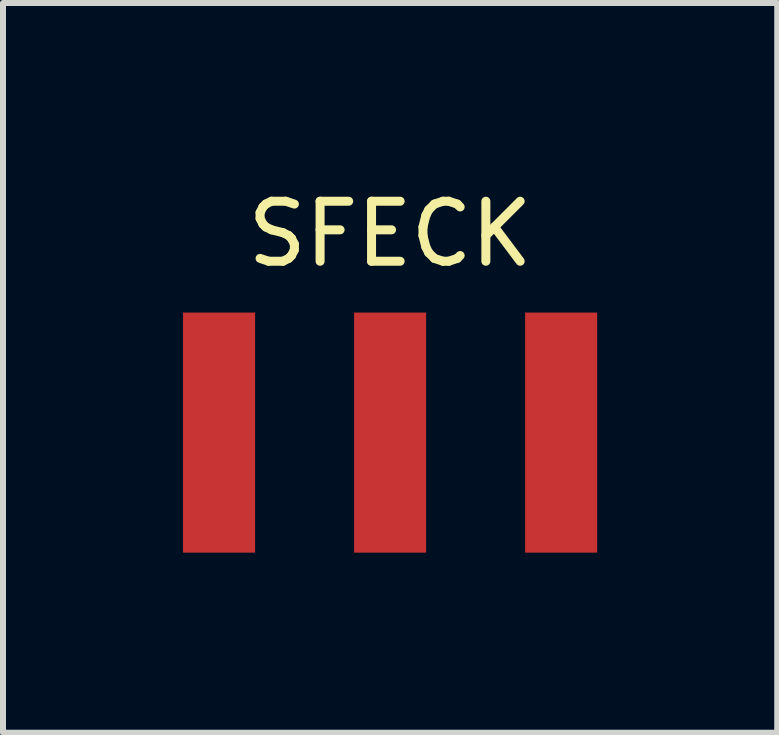
<source format=kicad_pcb>
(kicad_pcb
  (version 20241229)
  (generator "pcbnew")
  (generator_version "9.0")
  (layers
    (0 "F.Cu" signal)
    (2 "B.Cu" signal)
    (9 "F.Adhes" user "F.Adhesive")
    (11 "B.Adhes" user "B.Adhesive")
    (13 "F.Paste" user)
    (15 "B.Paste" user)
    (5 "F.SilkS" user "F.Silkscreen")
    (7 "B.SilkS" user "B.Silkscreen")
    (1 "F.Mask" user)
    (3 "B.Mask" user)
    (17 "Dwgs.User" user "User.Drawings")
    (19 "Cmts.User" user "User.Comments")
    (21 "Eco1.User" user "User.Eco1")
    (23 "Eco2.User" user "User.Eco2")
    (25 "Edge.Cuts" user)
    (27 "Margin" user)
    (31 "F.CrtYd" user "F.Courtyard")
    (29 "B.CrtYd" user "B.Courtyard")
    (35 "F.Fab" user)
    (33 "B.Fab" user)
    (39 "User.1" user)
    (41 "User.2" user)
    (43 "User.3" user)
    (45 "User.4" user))
  (footprint "SFECK"
    (layer "F.Cu")
    (at 3.45 4.158)
    (property "Reference" "SFECK" (at 0 -3.31 0) (layer "F.SilkS") (effects (font (size 1 1) (thickness 0.15))))
    (attr through_hole)
    (pad "1" smd rect (at -2.85 0) (size 1.2 4) (layers "F.Cu" "F.Mask" "F.Paste"))
    (pad "2" smd rect (at 0 0) (size 1.2 4) (layers "F.Cu" "F.Mask" "F.Paste"))
    (pad "3" smd rect (at 2.85 0) (size 1.2 4) (layers "F.Cu" "F.Mask" "F.Paste")))
  (gr_rect
    (start -3 -3)
    (end 9.9 9.158)
    (stroke (width 0.1) (type default))
    (fill no)
    (layer "Edge.Cuts")))
</source>
